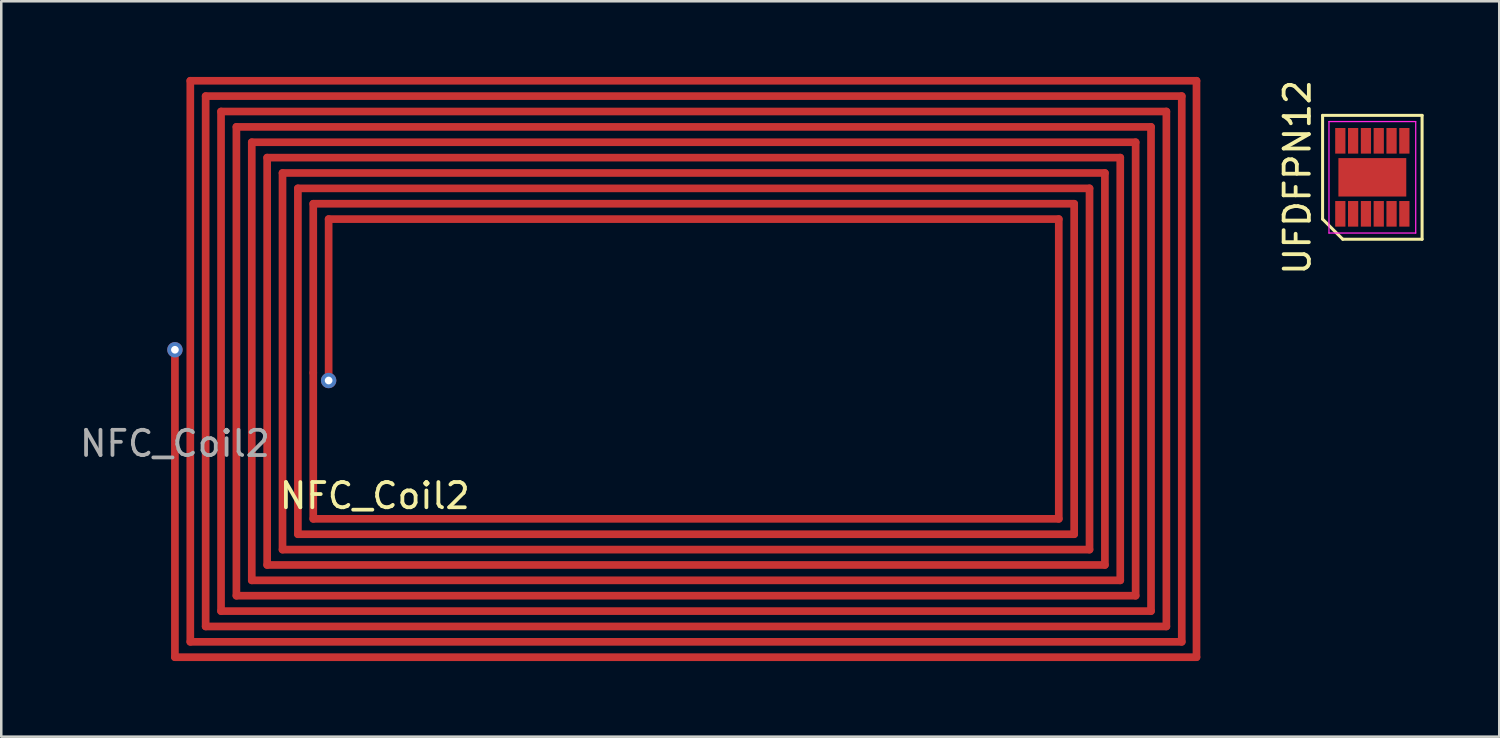
<source format=kicad_pcb>
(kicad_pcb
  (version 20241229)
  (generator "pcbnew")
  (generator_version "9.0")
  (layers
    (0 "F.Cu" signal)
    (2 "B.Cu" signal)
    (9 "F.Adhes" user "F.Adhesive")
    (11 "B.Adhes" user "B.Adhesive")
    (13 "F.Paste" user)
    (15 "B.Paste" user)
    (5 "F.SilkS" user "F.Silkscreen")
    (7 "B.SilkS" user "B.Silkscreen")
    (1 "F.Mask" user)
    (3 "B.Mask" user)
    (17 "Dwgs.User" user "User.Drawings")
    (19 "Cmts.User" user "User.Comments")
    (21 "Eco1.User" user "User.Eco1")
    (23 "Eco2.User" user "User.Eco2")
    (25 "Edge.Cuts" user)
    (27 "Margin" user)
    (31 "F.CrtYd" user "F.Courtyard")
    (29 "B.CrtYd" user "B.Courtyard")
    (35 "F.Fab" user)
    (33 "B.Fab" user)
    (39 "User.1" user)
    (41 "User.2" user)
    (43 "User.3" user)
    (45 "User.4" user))
  (footprint "UFDFPN12"
    (layer "F.Cu")
    (at 51.374 3.982)
    (property "Reference" "UFDFPN12" (at -2.973 0 90) (layer "F.SilkS") (effects (font (size 1 1) (thickness 0.15))))
    (attr through_hole)
    (fp_line (start -1.973 -2.456) (end 1.973 -2.456) (stroke (width 0.12) (type solid)) (layer "F.SilkS"))
    (fp_line (start -1.973 1.656) (end -1.973 -2.456) (stroke (width 0.12) (type solid)) (layer "F.SilkS"))
    (fp_line (start -1.173 2.456) (end -1.973 1.656) (stroke (width 0.12) (type solid)) (layer "F.SilkS"))
    (fp_line (start 1.973 -2.456) (end 1.973 2.456) (stroke (width 0.12) (type solid)) (layer "F.SilkS"))
    (fp_line (start 1.973 2.456) (end -1.173 2.456) (stroke (width 0.12) (type solid)) (layer "F.SilkS"))
    (fp_line (start -1.72 -2.21) (end 1.72 -2.21) (stroke (width 0.05) (type solid)) (layer "F.CrtYd"))
    (fp_line (start -1.72 2.21) (end -1.72 -2.21) (stroke (width 0.05) (type solid)) (layer "F.CrtYd"))
    (fp_line (start 1.72 -2.21) (end 1.72 2.21) (stroke (width 0.05) (type solid)) (layer "F.CrtYd"))
    (fp_line (start 1.72 2.21) (end -1.72 2.21) (stroke (width 0.05) (type solid)) (layer "F.CrtYd"))
    (pad "1" smd rect (at -1.27 1.448) (size 0.406 1.016) (layers "F.Cu" "F.Mask" "F.Paste"))
    (pad "2" smd rect (at -0.762 1.448) (size 0.406 1.016) (layers "F.Cu" "F.Mask" "F.Paste"))
    (pad "3" smd rect (at -0.254 1.448) (size 0.406 1.016) (layers "F.Cu" "F.Mask" "F.Paste"))
    (pad "4" smd rect (at 0.254 1.448) (size 0.406 1.016) (layers "F.Cu" "F.Mask" "F.Paste"))
    (pad "5" smd rect (at 0.762 1.448) (size 0.406 1.016) (layers "F.Cu" "F.Mask" "F.Paste"))
    (pad "6" smd rect (at 1.27 1.448) (size 0.406 1.016) (layers "F.Cu" "F.Mask" "F.Paste"))
    (pad "7" smd rect (at 1.27 -1.448) (size 0.406 1.016) (layers "F.Cu" "F.Mask" "F.Paste"))
    (pad "8" smd rect (at 0.762 -1.448) (size 0.406 1.016) (layers "F.Cu" "F.Mask" "F.Paste"))
    (pad "9" smd rect (at 0.254 -1.448) (size 0.406 1.016) (layers "F.Cu" "F.Mask" "F.Paste"))
    (pad "10" smd rect (at -0.254 -1.448) (size 0.406 1.016) (layers "F.Cu" "F.Mask" "F.Paste"))
    (pad "11" smd rect (at -0.762 -1.448) (size 0.406 1.016) (layers "F.Cu" "F.Mask" "F.Paste"))
    (pad "12" smd rect (at -1.27 -1.448) (size 0.406 1.016) (layers "F.Cu" "F.Mask" "F.Paste"))
    (pad "13" smd rect (at 0 0) (size 2.692 1.524) (layers "F.Cu" "F.Mask" "F.Paste")))
  (footprint "NFC_Coil2"
    (layer "F.Cu")
    (at 3.887 12.04)
    (property "Reference" "NFC_Coil2" (at 7.925 4.572 0) (unlocked yes) (layer "F.SilkS") (effects (font (size 1 1) (thickness 0.15))))
    (attr through_hole)
    (fp_line (start 0 -0.914) (end 0 10.973) (stroke (width 0.305) (type solid)) (layer "F.Cu"))
    (fp_line (start 0 10.973) (end 40.513 10.973) (stroke (width 0.305) (type solid)) (layer "F.Cu"))
    (fp_line (start 0.61 -11.887) (end 0.61 10.363) (stroke (width 0.305) (type solid)) (layer "F.Cu"))
    (fp_line (start 0.61 10.363) (end 39.929 10.363) (stroke (width 0.305) (type solid)) (layer "F.Cu"))
    (fp_line (start 1.219 -11.278) (end 1.219 9.754) (stroke (width 0.305) (type solid)) (layer "F.Cu"))
    (fp_line (start 1.219 9.754) (end 39.319 9.754) (stroke (width 0.305) (type solid)) (layer "F.Cu"))
    (fp_line (start 1.829 -10.668) (end 1.829 9.144) (stroke (width 0.305) (type solid)) (layer "F.Cu"))
    (fp_line (start 1.829 9.144) (end 38.71 9.144) (stroke (width 0.305) (type solid)) (layer "F.Cu"))
    (fp_line (start 2.438 -10.058) (end 2.438 8.534) (stroke (width 0.305) (type solid)) (layer "F.Cu"))
    (fp_line (start 2.438 8.534) (end 38.1 8.534) (stroke (width 0.305) (type solid)) (layer "F.Cu"))
    (fp_line (start 3.048 -9.449) (end 3.048 7.925) (stroke (width 0.305) (type solid)) (layer "F.Cu"))
    (fp_line (start 3.048 7.925) (end 37.49 7.925) (stroke (width 0.305) (type solid)) (layer "F.Cu"))
    (fp_line (start 3.658 -8.839) (end 3.658 7.315) (stroke (width 0.305) (type solid)) (layer "F.Cu"))
    (fp_line (start 3.658 7.315) (end 36.881 7.315) (stroke (width 0.305) (type solid)) (layer "F.Cu"))
    (fp_line (start 4.267 -8.23) (end 4.267 6.706) (stroke (width 0.305) (type solid)) (layer "F.Cu"))
    (fp_line (start 4.267 6.706) (end 36.271 6.706) (stroke (width 0.305) (type solid)) (layer "F.Cu"))
    (fp_line (start 4.877 -7.62) (end 4.877 6.096) (stroke (width 0.305) (type solid)) (layer "F.Cu"))
    (fp_line (start 4.877 6.096) (end 35.662 6.096) (stroke (width 0.305) (type solid)) (layer "F.Cu"))
    (fp_line (start 5.486 -7.01) (end 5.486 -0.305) (stroke (width 0.305) (type solid)) (layer "F.Cu"))
    (fp_line (start 5.486 -0.305) (end 5.486 5.486) (stroke (width 0.305) (type solid)) (layer "F.Cu"))
    (fp_line (start 5.486 5.486) (end 35.052 5.486) (stroke (width 0.305) (type solid)) (layer "F.Cu"))
    (fp_line (start 6.096 -6.401) (end 6.096 0) (stroke (width 0.305) (type solid)) (layer "F.Cu"))
    (fp_line (start 35.052 -6.401) (end 6.096 -6.401) (stroke (width 0.305) (type solid)) (layer "F.Cu"))
    (fp_line (start 35.052 5.486) (end 35.052 -6.401) (stroke (width 0.305) (type solid)) (layer "F.Cu"))
    (fp_line (start 35.662 -7.01) (end 5.486 -7.01) (stroke (width 0.305) (type solid)) (layer "F.Cu"))
    (fp_line (start 35.662 6.096) (end 35.662 -7.01) (stroke (width 0.305) (type solid)) (layer "F.Cu"))
    (fp_line (start 36.271 -7.62) (end 4.877 -7.62) (stroke (width 0.305) (type solid)) (layer "F.Cu"))
    (fp_line (start 36.271 6.706) (end 36.271 -7.62) (stroke (width 0.305) (type solid)) (layer "F.Cu"))
    (fp_line (start 36.881 -8.23) (end 4.267 -8.23) (stroke (width 0.305) (type solid)) (layer "F.Cu"))
    (fp_line (start 36.881 7.315) (end 36.881 -8.23) (stroke (width 0.305) (type solid)) (layer "F.Cu"))
    (fp_line (start 37.49 -8.839) (end 3.658 -8.839) (stroke (width 0.305) (type solid)) (layer "F.Cu"))
    (fp_line (start 37.49 7.925) (end 37.49 -8.839) (stroke (width 0.305) (type solid)) (layer "F.Cu"))
    (fp_line (start 38.1 -9.449) (end 3.048 -9.449) (stroke (width 0.305) (type solid)) (layer "F.Cu"))
    (fp_line (start 38.1 8.534) (end 38.1 -9.449) (stroke (width 0.305) (type solid)) (layer "F.Cu"))
    (fp_line (start 38.71 -10.058) (end 2.438 -10.058) (stroke (width 0.305) (type solid)) (layer "F.Cu"))
    (fp_line (start 38.71 9.144) (end 38.71 -10.058) (stroke (width 0.305) (type solid)) (layer "F.Cu"))
    (fp_line (start 39.319 -10.668) (end 1.829 -10.668) (stroke (width 0.305) (type solid)) (layer "F.Cu"))
    (fp_line (start 39.319 9.754) (end 39.319 -10.668) (stroke (width 0.305) (type solid)) (layer "F.Cu"))
    (fp_line (start 39.929 -11.278) (end 1.219 -11.278) (stroke (width 0.305) (type solid)) (layer "F.Cu"))
    (fp_line (start 39.929 10.363) (end 39.929 -11.278) (stroke (width 0.305) (type solid)) (layer "F.Cu"))
    (fp_line (start 40.513 -11.887) (end 0.61 -11.887) (stroke (width 0.305) (type solid)) (layer "F.Cu"))
    (fp_line (start 40.513 10.973) (end 40.513 -11.887) (stroke (width 0.305) (type solid)) (layer "F.Cu"))
    (fp_text user "${REFERENCE}" (at 0 2.5 0) (unlocked yes) (layer "F.Fab") (effects (font (size 1 1) (thickness 0.15))))
    (pad "1" thru_hole circle (at 0 -1.219) (size 0.61 0.61) (drill 0.305) (layers "*.Cu" "*.Mask"))
    (pad "2" thru_hole circle (at 6.096 0) (size 0.61 0.61) (drill 0.305) (layers "*.Cu" "*.Mask")))
  (gr_rect
    (start -3 -3)
    (end 56.407 26.165)
    (stroke (width 0.1) (type default))
    (fill no)
    (layer "Edge.Cuts")))
</source>
